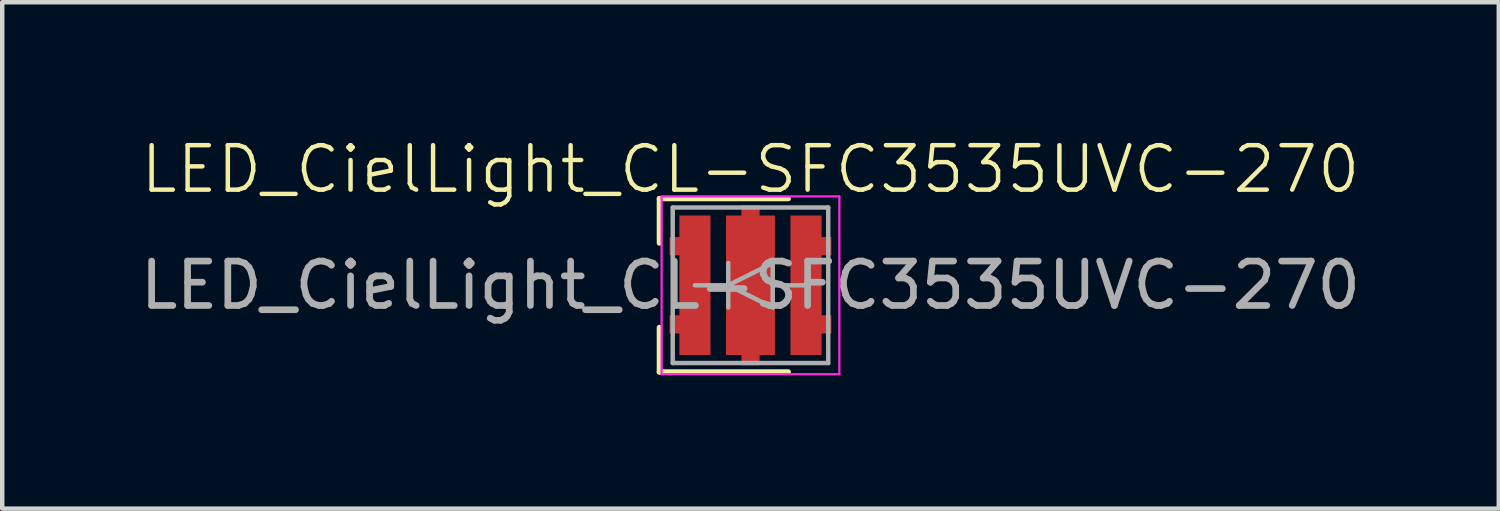
<source format=kicad_pcb>
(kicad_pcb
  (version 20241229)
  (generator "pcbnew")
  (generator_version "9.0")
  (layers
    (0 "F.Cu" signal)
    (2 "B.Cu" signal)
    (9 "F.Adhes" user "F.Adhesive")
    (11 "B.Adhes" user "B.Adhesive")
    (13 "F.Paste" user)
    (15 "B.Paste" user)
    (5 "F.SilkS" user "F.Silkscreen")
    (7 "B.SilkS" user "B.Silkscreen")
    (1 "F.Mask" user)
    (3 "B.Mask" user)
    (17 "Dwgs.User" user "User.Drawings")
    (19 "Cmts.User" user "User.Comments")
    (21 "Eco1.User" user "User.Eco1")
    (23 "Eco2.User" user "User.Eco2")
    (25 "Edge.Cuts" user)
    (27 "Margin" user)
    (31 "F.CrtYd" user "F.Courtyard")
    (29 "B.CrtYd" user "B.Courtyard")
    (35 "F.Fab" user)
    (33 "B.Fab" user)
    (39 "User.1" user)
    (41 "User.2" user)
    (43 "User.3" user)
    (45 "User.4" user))
  (footprint "LED_CielLight_CL-SFC3535UVC-270"
    (layer "F.Cu")
    (at 13.839 3.37)
    (property "Reference" "LED_CielLight_CL-SFC3535UVC-270" (at 0 -2.61 0) (unlocked yes) (layer "F.SilkS") (effects (font (size 1 1) (thickness 0.1))))
    (attr smd)
    (fp_line (start -2.05 -1.95) (end -2.05 -0.95) (stroke (width 0.12) (type solid)) (layer "F.SilkS"))
    (fp_line (start -2.05 1.95) (end -2.05 0.95) (stroke (width 0.12) (type solid)) (layer "F.SilkS"))
    (fp_line (start 0.85 -1.95) (end -2.05 -1.95) (stroke (width 0.12) (type solid)) (layer "F.SilkS"))
    (fp_line (start 0.85 1.95) (end -2.05 1.95) (stroke (width 0.12) (type solid)) (layer "F.SilkS"))
    (fp_line (start -2 -2) (end -2 2) (stroke (width 0.05) (type solid)) (layer "F.CrtYd"))
    (fp_line (start -2 2) (end 2 2) (stroke (width 0.05) (type solid)) (layer "F.CrtYd"))
    (fp_line (start 2 -2) (end -2 -2) (stroke (width 0.05) (type solid)) (layer "F.CrtYd"))
    (fp_line (start 2 2) (end 2 -2) (stroke (width 0.05) (type solid)) (layer "F.CrtYd"))
    (fp_line (start -1.75 -1.75) (end 1.75 -1.75) (stroke (width 0.1) (type solid)) (layer "F.Fab"))
    (fp_line (start -1.75 1.75) (end -1.75 -1.75) (stroke (width 0.1) (type solid)) (layer "F.Fab"))
    (fp_line (start -1.25 0) (end -0.5 0) (stroke (width 0.1) (type solid)) (layer "F.Fab"))
    (fp_line (start -0.5 -0.5) (end -0.5 0.5) (stroke (width 0.1) (type solid)) (layer "F.Fab"))
    (fp_line (start -0.5 0) (end 0.5 -0.5) (stroke (width 0.1) (type solid)) (layer "F.Fab"))
    (fp_line (start 0.5 -0.5) (end 0.5 0.5) (stroke (width 0.1) (type solid)) (layer "F.Fab"))
    (fp_line (start 0.5 0.5) (end -0.5 0) (stroke (width 0.1) (type solid)) (layer "F.Fab"))
    (fp_line (start 1.25 0) (end 0.5 0) (stroke (width 0.1) (type solid)) (layer "F.Fab"))
    (fp_line (start 1.75 -1.75) (end 1.75 1.75) (stroke (width 0.1) (type solid)) (layer "F.Fab"))
    (fp_line (start 1.75 1.75) (end -1.75 1.75) (stroke (width 0.1) (type solid)) (layer "F.Fab"))
    (fp_text user "${REFERENCE}" (at 0 0 0) (unlocked yes) (layer "F.Fab") (effects (font (size 1 1) (thickness 0.15))))
    (pad "1" smd rect (at -1.7 -0.88) (size 0.24 0.41) (layers "F.Cu" "F.Mask" "F.Paste"))
    (pad "1" smd rect (at -1.7 0.88) (size 0.24 0.41) (layers "F.Cu" "F.Mask" "F.Paste"))
    (pad "1" smd rect (at -1.25 0) (size 0.7 3.14) (layers "F.Cu" "F.Mask" "F.Paste"))
    (pad "2" smd rect (at 1.25 0) (size 0.7 3.14) (layers "F.Cu" "F.Mask" "F.Paste"))
    (pad "2" smd rect (at 1.7 -0.88) (size 0.24 0.41) (layers "F.Cu" "F.Mask" "F.Paste"))
    (pad "2" smd rect (at 1.7 0.88) (size 0.24 0.41) (layers "F.Cu" "F.Mask" "F.Paste"))
    (pad "3" smd rect (at 0 -1.68) (size 0.41 0.24) (layers "F.Cu" "F.Mask" "F.Paste"))
    (pad "3" smd rect (at 0 0) (size 1.1 3.14) (layers "F.Cu" "F.Mask"))
    (pad "3" smd rect (at 0 1.68) (size 0.41 0.24) (layers "F.Cu" "F.Mask" "F.Paste")))
  (gr_rect
    (start -3 -3)
    (end 30.679 8.396)
    (stroke (width 0.1) (type default))
    (fill no)
    (layer "Edge.Cuts")))
</source>
